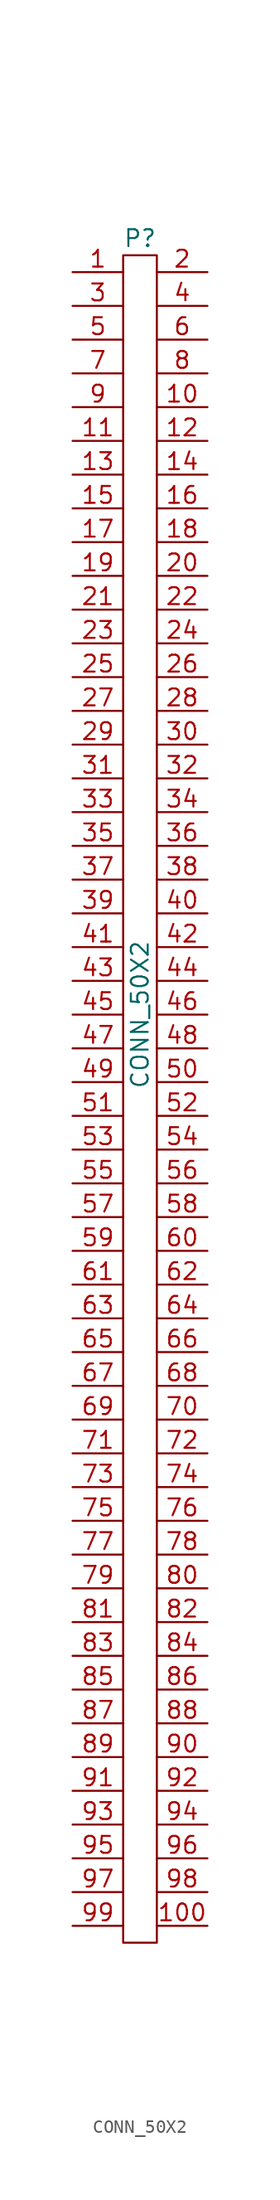
<source format=kicad_sym>
(kicad_symbol_lib
  (version 20201005)
  (generator kicad_symbol_editor)
  (symbol "CONN_50X2"
    (pin_names
      (offset 0.025) hide)
    (property "Reference" "P"
      (at 0 64.77 0)
      (effects (font (size 1.27 1.27))))
    (property "Value" "CONN_50X2"
      (at 0 6.35 90)
      (effects (font (size 1.27 1.27))))
    (symbol "CONN_50X2_0_1"
      (rectangle (start -1.27 63.5) (end 1.27 -63.5) (stroke (width 0)) (fill (type none))))
    (symbol "CONN_50X2_1_1"
      (pin passive line (at -5.08 62.23 0) (length 3.81) (name "P1" (effects (font (size 1.27 1.27)))) (number "1" (effects (font (size 1.27 1.27)))))
      (pin passive line (at 5.08 52.07 180) (length 3.81) (name "P10" (effects (font (size 1.27 1.27)))) (number "10" (effects (font (size 1.27 1.27)))))
      (pin passive line (at 5.08 -62.23 180) (length 3.81) (name "P100" (effects (font (size 1.27 1.27)))) (number "100" (effects (font (size 1.27 1.27)))))
      (pin passive line (at -5.08 49.53 0) (length 3.81) (name "P11" (effects (font (size 1.27 1.27)))) (number "11" (effects (font (size 1.27 1.27)))))
      (pin passive line (at 5.08 49.53 180) (length 3.81) (name "P12" (effects (font (size 1.27 1.27)))) (number "12" (effects (font (size 1.27 1.27)))))
      (pin passive line (at -5.08 46.99 0) (length 3.81) (name "P13" (effects (font (size 1.27 1.27)))) (number "13" (effects (font (size 1.27 1.27)))))
      (pin passive line (at 5.08 46.99 180) (length 3.81) (name "P14" (effects (font (size 1.27 1.27)))) (number "14" (effects (font (size 1.27 1.27)))))
      (pin passive line (at -5.08 44.45 0) (length 3.81) (name "P15" (effects (font (size 1.27 1.27)))) (number "15" (effects (font (size 1.27 1.27)))))
      (pin passive line (at 5.08 44.45 180) (length 3.81) (name "P16" (effects (font (size 1.27 1.27)))) (number "16" (effects (font (size 1.27 1.27)))))
      (pin passive line (at -5.08 41.91 0) (length 3.81) (name "P17" (effects (font (size 1.27 1.27)))) (number "17" (effects (font (size 1.27 1.27)))))
      (pin passive line (at 5.08 41.91 180) (length 3.81) (name "P18" (effects (font (size 1.27 1.27)))) (number "18" (effects (font (size 1.27 1.27)))))
      (pin passive line (at -5.08 39.37 0) (length 3.81) (name "P19" (effects (font (size 1.27 1.27)))) (number "19" (effects (font (size 1.27 1.27)))))
      (pin passive line (at 5.08 62.23 180) (length 3.81) (name "P2" (effects (font (size 1.27 1.27)))) (number "2" (effects (font (size 1.27 1.27)))))
      (pin passive line (at 5.08 39.37 180) (length 3.81) (name "P20" (effects (font (size 1.27 1.27)))) (number "20" (effects (font (size 1.27 1.27)))))
      (pin passive line (at -5.08 36.83 0) (length 3.81) (name "P21" (effects (font (size 1.27 1.27)))) (number "21" (effects (font (size 1.27 1.27)))))
      (pin passive line (at 5.08 36.83 180) (length 3.81) (name "P22" (effects (font (size 1.27 1.27)))) (number "22" (effects (font (size 1.27 1.27)))))
      (pin passive line (at -5.08 34.29 0) (length 3.81) (name "P23" (effects (font (size 1.27 1.27)))) (number "23" (effects (font (size 1.27 1.27)))))
      (pin passive line (at 5.08 34.29 180) (length 3.81) (name "P24" (effects (font (size 1.27 1.27)))) (number "24" (effects (font (size 1.27 1.27)))))
      (pin passive line (at -5.08 31.75 0) (length 3.81) (name "P25" (effects (font (size 1.27 1.27)))) (number "25" (effects (font (size 1.27 1.27)))))
      (pin passive line (at 5.08 31.75 180) (length 3.81) (name "P26" (effects (font (size 1.27 1.27)))) (number "26" (effects (font (size 1.27 1.27)))))
      (pin passive line (at -5.08 29.21 0) (length 3.81) (name "P27" (effects (font (size 1.27 1.27)))) (number "27" (effects (font (size 1.27 1.27)))))
      (pin passive line (at 5.08 29.21 180) (length 3.81) (name "P28" (effects (font (size 1.27 1.27)))) (number "28" (effects (font (size 1.27 1.27)))))
      (pin passive line (at -5.08 26.67 0) (length 3.81) (name "P29" (effects (font (size 1.27 1.27)))) (number "29" (effects (font (size 1.27 1.27)))))
      (pin passive line (at -5.08 59.69 0) (length 3.81) (name "P3" (effects (font (size 1.27 1.27)))) (number "3" (effects (font (size 1.27 1.27)))))
      (pin passive line (at 5.08 26.67 180) (length 3.81) (name "P30" (effects (font (size 1.27 1.27)))) (number "30" (effects (font (size 1.27 1.27)))))
      (pin passive line (at -5.08 24.13 0) (length 3.81) (name "P31" (effects (font (size 1.27 1.27)))) (number "31" (effects (font (size 1.27 1.27)))))
      (pin passive line (at 5.08 24.13 180) (length 3.81) (name "P32" (effects (font (size 1.27 1.27)))) (number "32" (effects (font (size 1.27 1.27)))))
      (pin passive line (at -5.08 21.59 0) (length 3.81) (name "P33" (effects (font (size 1.27 1.27)))) (number "33" (effects (font (size 1.27 1.27)))))
      (pin passive line (at 5.08 21.59 180) (length 3.81) (name "P34" (effects (font (size 1.27 1.27)))) (number "34" (effects (font (size 1.27 1.27)))))
      (pin passive line (at -5.08 19.05 0) (length 3.81) (name "P35" (effects (font (size 1.27 1.27)))) (number "35" (effects (font (size 1.27 1.27)))))
      (pin passive line (at 5.08 19.05 180) (length 3.81) (name "P36" (effects (font (size 1.27 1.27)))) (number "36" (effects (font (size 1.27 1.27)))))
      (pin passive line (at -5.08 16.51 0) (length 3.81) (name "P37" (effects (font (size 1.27 1.27)))) (number "37" (effects (font (size 1.27 1.27)))))
      (pin passive line (at 5.08 16.51 180) (length 3.81) (name "P38" (effects (font (size 1.27 1.27)))) (number "38" (effects (font (size 1.27 1.27)))))
      (pin passive line (at -5.08 13.97 0) (length 3.81) (name "P39" (effects (font (size 1.27 1.27)))) (number "39" (effects (font (size 1.27 1.27)))))
      (pin passive line (at 5.08 59.69 180) (length 3.81) (name "P4" (effects (font (size 1.27 1.27)))) (number "4" (effects (font (size 1.27 1.27)))))
      (pin passive line (at 5.08 13.97 180) (length 3.81) (name "P40" (effects (font (size 1.27 1.27)))) (number "40" (effects (font (size 1.27 1.27)))))
      (pin passive line (at -5.08 11.43 0) (length 3.81) (name "P41" (effects (font (size 1.27 1.27)))) (number "41" (effects (font (size 1.27 1.27)))))
      (pin passive line (at 5.08 11.43 180) (length 3.81) (name "P42" (effects (font (size 1.27 1.27)))) (number "42" (effects (font (size 1.27 1.27)))))
      (pin passive line (at -5.08 8.89 0) (length 3.81) (name "P43" (effects (font (size 1.27 1.27)))) (number "43" (effects (font (size 1.27 1.27)))))
      (pin passive line (at 5.08 8.89 180) (length 3.81) (name "P44" (effects (font (size 1.27 1.27)))) (number "44" (effects (font (size 1.27 1.27)))))
      (pin passive line (at -5.08 6.35 0) (length 3.81) (name "P45" (effects (font (size 1.27 1.27)))) (number "45" (effects (font (size 1.27 1.27)))))
      (pin passive line (at 5.08 6.35 180) (length 3.81) (name "P46" (effects (font (size 1.27 1.27)))) (number "46" (effects (font (size 1.27 1.27)))))
      (pin passive line (at -5.08 3.81 0) (length 3.81) (name "P47" (effects (font (size 1.27 1.27)))) (number "47" (effects (font (size 1.27 1.27)))))
      (pin passive line (at 5.08 3.81 180) (length 3.81) (name "P48" (effects (font (size 1.27 1.27)))) (number "48" (effects (font (size 1.27 1.27)))))
      (pin passive line (at -5.08 1.27 0) (length 3.81) (name "P49" (effects (font (size 1.27 1.27)))) (number "49" (effects (font (size 1.27 1.27)))))
      (pin passive line (at -5.08 57.15 0) (length 3.81) (name "P5" (effects (font (size 1.27 1.27)))) (number "5" (effects (font (size 1.27 1.27)))))
      (pin passive line (at 5.08 1.27 180) (length 3.81) (name "P50" (effects (font (size 1.27 1.27)))) (number "50" (effects (font (size 1.27 1.27)))))
      (pin passive line (at -5.08 -1.27 0) (length 3.81) (name "P51" (effects (font (size 1.27 1.27)))) (number "51" (effects (font (size 1.27 1.27)))))
      (pin passive line (at 5.08 -1.27 180) (length 3.81) (name "P52" (effects (font (size 1.27 1.27)))) (number "52" (effects (font (size 1.27 1.27)))))
      (pin passive line (at -5.08 -3.81 0) (length 3.81) (name "P53" (effects (font (size 1.27 1.27)))) (number "53" (effects (font (size 1.27 1.27)))))
      (pin passive line (at 5.08 -3.81 180) (length 3.81) (name "P54" (effects (font (size 1.27 1.27)))) (number "54" (effects (font (size 1.27 1.27)))))
      (pin passive line (at -5.08 -6.35 0) (length 3.81) (name "P55" (effects (font (size 1.27 1.27)))) (number "55" (effects (font (size 1.27 1.27)))))
      (pin passive line (at 5.08 -6.35 180) (length 3.81) (name "P56" (effects (font (size 1.27 1.27)))) (number "56" (effects (font (size 1.27 1.27)))))
      (pin passive line (at -5.08 -8.89 0) (length 3.81) (name "P57" (effects (font (size 1.27 1.27)))) (number "57" (effects (font (size 1.27 1.27)))))
      (pin passive line (at 5.08 -8.89 180) (length 3.81) (name "P58" (effects (font (size 1.27 1.27)))) (number "58" (effects (font (size 1.27 1.27)))))
      (pin passive line (at -5.08 -11.43 0) (length 3.81) (name "P59" (effects (font (size 1.27 1.27)))) (number "59" (effects (font (size 1.27 1.27)))))
      (pin passive line (at 5.08 57.15 180) (length 3.81) (name "P6" (effects (font (size 1.27 1.27)))) (number "6" (effects (font (size 1.27 1.27)))))
      (pin passive line (at 5.08 -11.43 180) (length 3.81) (name "P60" (effects (font (size 1.27 1.27)))) (number "60" (effects (font (size 1.27 1.27)))))
      (pin passive line (at -5.08 -13.97 0) (length 3.81) (name "P61" (effects (font (size 1.27 1.27)))) (number "61" (effects (font (size 1.27 1.27)))))
      (pin passive line (at 5.08 -13.97 180) (length 3.81) (name "P62" (effects (font (size 1.27 1.27)))) (number "62" (effects (font (size 1.27 1.27)))))
      (pin passive line (at -5.08 -16.51 0) (length 3.81) (name "P63" (effects (font (size 1.27 1.27)))) (number "63" (effects (font (size 1.27 1.27)))))
      (pin passive line (at 5.08 -16.51 180) (length 3.81) (name "P64" (effects (font (size 1.27 1.27)))) (number "64" (effects (font (size 1.27 1.27)))))
      (pin passive line (at -5.08 -19.05 0) (length 3.81) (name "P65" (effects (font (size 1.27 1.27)))) (number "65" (effects (font (size 1.27 1.27)))))
      (pin passive line (at 5.08 -19.05 180) (length 3.81) (name "P66" (effects (font (size 1.27 1.27)))) (number "66" (effects (font (size 1.27 1.27)))))
      (pin passive line (at -5.08 -21.59 0) (length 3.81) (name "P67" (effects (font (size 1.27 1.27)))) (number "67" (effects (font (size 1.27 1.27)))))
      (pin passive line (at 5.08 -21.59 180) (length 3.81) (name "P68" (effects (font (size 1.27 1.27)))) (number "68" (effects (font (size 1.27 1.27)))))
      (pin passive line (at -5.08 -24.13 0) (length 3.81) (name "P69" (effects (font (size 1.27 1.27)))) (number "69" (effects (font (size 1.27 1.27)))))
      (pin passive line (at -5.08 54.61 0) (length 3.81) (name "P7" (effects (font (size 1.27 1.27)))) (number "7" (effects (font (size 1.27 1.27)))))
      (pin passive line (at 5.08 -24.13 180) (length 3.81) (name "P70" (effects (font (size 1.27 1.27)))) (number "70" (effects (font (size 1.27 1.27)))))
      (pin passive line (at -5.08 -26.67 0) (length 3.81) (name "P71" (effects (font (size 1.27 1.27)))) (number "71" (effects (font (size 1.27 1.27)))))
      (pin passive line (at 5.08 -26.67 180) (length 3.81) (name "P72" (effects (font (size 1.27 1.27)))) (number "72" (effects (font (size 1.27 1.27)))))
      (pin passive line (at -5.08 -29.21 0) (length 3.81) (name "P73" (effects (font (size 1.27 1.27)))) (number "73" (effects (font (size 1.27 1.27)))))
      (pin passive line (at 5.08 -29.21 180) (length 3.81) (name "P74" (effects (font (size 1.27 1.27)))) (number "74" (effects (font (size 1.27 1.27)))))
      (pin passive line (at -5.08 -31.75 0) (length 3.81) (name "P75" (effects (font (size 1.27 1.27)))) (number "75" (effects (font (size 1.27 1.27)))))
      (pin passive line (at 5.08 -31.75 180) (length 3.81) (name "P76" (effects (font (size 1.27 1.27)))) (number "76" (effects (font (size 1.27 1.27)))))
      (pin passive line (at -5.08 -34.29 0) (length 3.81) (name "P77" (effects (font (size 1.27 1.27)))) (number "77" (effects (font (size 1.27 1.27)))))
      (pin passive line (at 5.08 -34.29 180) (length 3.81) (name "P78" (effects (font (size 1.27 1.27)))) (number "78" (effects (font (size 1.27 1.27)))))
      (pin passive line (at -5.08 -36.83 0) (length 3.81) (name "P79" (effects (font (size 1.27 1.27)))) (number "79" (effects (font (size 1.27 1.27)))))
      (pin passive line (at 5.08 54.61 180) (length 3.81) (name "P8" (effects (font (size 1.27 1.27)))) (number "8" (effects (font (size 1.27 1.27)))))
      (pin passive line (at 5.08 -36.83 180) (length 3.81) (name "P80" (effects (font (size 1.27 1.27)))) (number "80" (effects (font (size 1.27 1.27)))))
      (pin passive line (at -5.08 -39.37 0) (length 3.81) (name "P81" (effects (font (size 1.27 1.27)))) (number "81" (effects (font (size 1.27 1.27)))))
      (pin passive line (at 5.08 -39.37 180) (length 3.81) (name "P82" (effects (font (size 1.27 1.27)))) (number "82" (effects (font (size 1.27 1.27)))))
      (pin passive line (at -5.08 -41.91 0) (length 3.81) (name "P83" (effects (font (size 1.27 1.27)))) (number "83" (effects (font (size 1.27 1.27)))))
      (pin passive line (at 5.08 -41.91 180) (length 3.81) (name "P84" (effects (font (size 1.27 1.27)))) (number "84" (effects (font (size 1.27 1.27)))))
      (pin passive line (at -5.08 -44.45 0) (length 3.81) (name "P85" (effects (font (size 1.27 1.27)))) (number "85" (effects (font (size 1.27 1.27)))))
      (pin passive line (at 5.08 -44.45 180) (length 3.81) (name "P86" (effects (font (size 1.27 1.27)))) (number "86" (effects (font (size 1.27 1.27)))))
      (pin passive line (at -5.08 -46.99 0) (length 3.81) (name "P87" (effects (font (size 1.27 1.27)))) (number "87" (effects (font (size 1.27 1.27)))))
      (pin passive line (at 5.08 -46.99 180) (length 3.81) (name "P88" (effects (font (size 1.27 1.27)))) (number "88" (effects (font (size 1.27 1.27)))))
      (pin passive line (at -5.08 -49.53 0) (length 3.81) (name "P89" (effects (font (size 1.27 1.27)))) (number "89" (effects (font (size 1.27 1.27)))))
      (pin passive line (at -5.08 52.07 0) (length 3.81) (name "P9" (effects (font (size 1.27 1.27)))) (number "9" (effects (font (size 1.27 1.27)))))
      (pin passive line (at 5.08 -49.53 180) (length 3.81) (name "P90" (effects (font (size 1.27 1.27)))) (number "90" (effects (font (size 1.27 1.27)))))
      (pin passive line (at -5.08 -52.07 0) (length 3.81) (name "P91" (effects (font (size 1.27 1.27)))) (number "91" (effects (font (size 1.27 1.27)))))
      (pin passive line (at 5.08 -52.07 180) (length 3.81) (name "P92" (effects (font (size 1.27 1.27)))) (number "92" (effects (font (size 1.27 1.27)))))
      (pin passive line (at -5.08 -54.61 0) (length 3.81) (name "P93" (effects (font (size 1.27 1.27)))) (number "93" (effects (font (size 1.27 1.27)))))
      (pin passive line (at 5.08 -54.61 180) (length 3.81) (name "P94" (effects (font (size 1.27 1.27)))) (number "94" (effects (font (size 1.27 1.27)))))
      (pin passive line (at -5.08 -57.15 0) (length 3.81) (name "P95" (effects (font (size 1.27 1.27)))) (number "95" (effects (font (size 1.27 1.27)))))
      (pin passive line (at 5.08 -57.15 180) (length 3.81) (name "P96" (effects (font (size 1.27 1.27)))) (number "96" (effects (font (size 1.27 1.27)))))
      (pin passive line (at -5.08 -59.69 0) (length 3.81) (name "P97" (effects (font (size 1.27 1.27)))) (number "97" (effects (font (size 1.27 1.27)))))
      (pin passive line (at 5.08 -59.69 180) (length 3.81) (name "P98" (effects (font (size 1.27 1.27)))) (number "98" (effects (font (size 1.27 1.27)))))
      (pin passive line (at -5.08 -62.23 0) (length 3.81) (name "P99" (effects (font (size 1.27 1.27)))) (number "99" (effects (font (size 1.27 1.27))))))))
</source>
